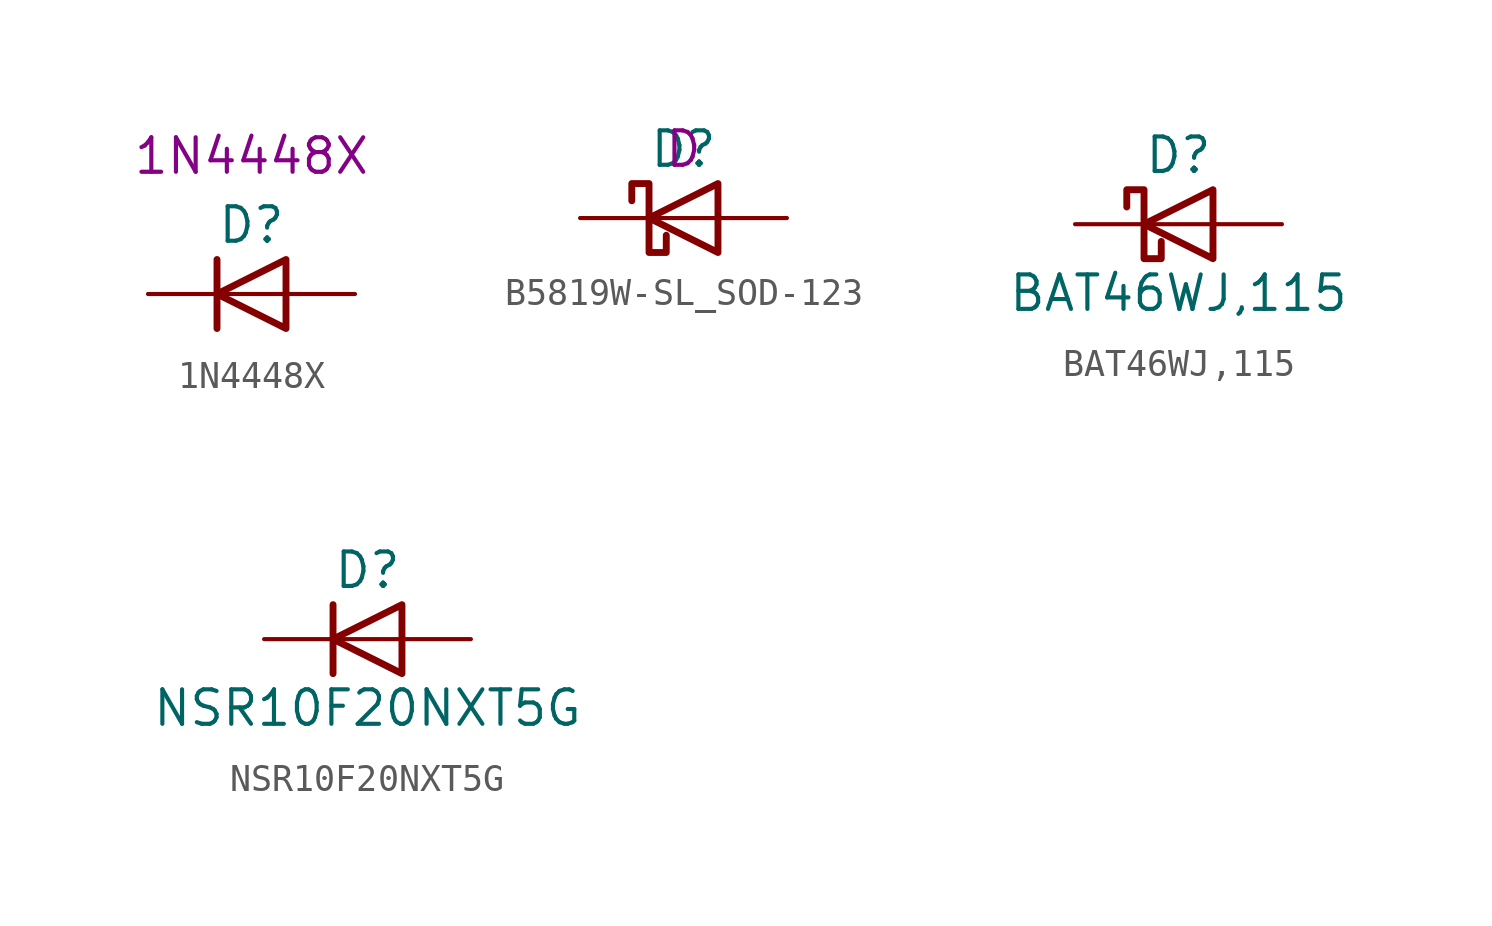
<source format=kicad_sym>
(kicad_symbol_lib
  (version 20231120)
  (generator "kicad_symbol_editor")
  (generator_version "8.0")
  (symbol "1N4448X"
    (pin_numbers hide)
    (pin_names
      (offset 1.016) hide)
    (property "Reference" "D"
      (at 0 2.54 0)
      (effects (font (size 1.27 1.27))))
    (property "UserValue" "1N4448X"
      (at 0 5.08 0)
      (effects (font (size 1.27 1.27))))
    (symbol "1N4448X_0_1"
      (polyline (pts (xy -1.27 1.27) (xy -1.27 -1.27)) (stroke (width 0.254) (type default)) (fill (type none)))
      (polyline (pts (xy 1.27 0) (xy -1.27 0)) (stroke (width 0) (type default)) (fill (type none)))
      (polyline (pts (xy 1.27 1.27) (xy 1.27 -1.27) (xy -1.27 0) (xy 1.27 1.27)) (stroke (width 0.254) (type default)) (fill (type none))))
    (symbol "1N4448X_1_1"
      (pin passive line (at -3.81 0 0) (length 2.54) (name "K" (effects (font (size 1.27 1.27)))) (number "1" (effects (font (size 1.27 1.27)))))
      (pin passive line (at 3.81 0 180) (length 2.54) (name "A" (effects (font (size 1.27 1.27)))) (number "2" (effects (font (size 1.27 1.27)))))))
  (symbol "B5819W-SL_SOD-123"
    (pin_numbers hide)
    (pin_names
      (offset 1.016) hide)
    (property "Reference" "D"
      (at 0 2.54 0)
      (effects (font (size 1.27 1.27))))
    (property "UserValue" "D"
      (at 0 2.54 0)
      (effects (font (size 1.27 1.27))))
    (symbol "B5819W-SL_SOD-123_0_1"
      (polyline (pts (xy 1.27 0) (xy -1.27 0)) (stroke (width 0) (type default)) (fill (type none)))
      (polyline (pts (xy 1.27 1.27) (xy 1.27 -1.27) (xy -1.27 0) (xy 1.27 1.27)) (stroke (width 0.254) (type default)) (fill (type none)))
      (polyline (pts (xy -1.905 0.635) (xy -1.905 1.27) (xy -1.27 1.27) (xy -1.27 -1.27) (xy -0.635 -1.27) (xy -0.635 -0.635)) (stroke (width 0.254) (type default)) (fill (type none))))
    (symbol "B5819W-SL_SOD-123_1_1"
      (pin passive line (at -3.81 0 0) (length 2.54) (name "K" (effects (font (size 1.27 1.27)))) (number "1" (effects (font (size 1.27 1.27)))))
      (pin passive line (at 3.81 0 180) (length 2.54) (name "A" (effects (font (size 1.27 1.27)))) (number "2" (effects (font (size 1.27 1.27)))))))
  (symbol "BAT46WJ,115"
    (pin_numbers hide)
    (pin_names
      (offset 1.016) hide)
    (property "Reference" "D"
      (at 0 2.54 0)
      (effects (font (size 1.27 1.27))))
    (property "Value" "BAT46WJ,115"
      (at 0 -2.54 0)
      (effects (font (size 1.27 1.27))))
    (symbol "BAT46WJ,115_0_1"
      (polyline (pts (xy 1.27 0) (xy -1.27 0)) (stroke (width 0) (type default)) (fill (type none)))
      (polyline (pts (xy 1.27 1.27) (xy 1.27 -1.27) (xy -1.27 0) (xy 1.27 1.27)) (stroke (width 0.254) (type default)) (fill (type none)))
      (polyline (pts (xy -1.905 0.635) (xy -1.905 1.27) (xy -1.27 1.27) (xy -1.27 -1.27) (xy -0.635 -1.27) (xy -0.635 -0.635)) (stroke (width 0.254) (type default)) (fill (type none))))
    (symbol "BAT46WJ,115_1_1"
      (pin passive line (at -3.81 0 0) (length 2.54) (name "K" (effects (font (size 1.27 1.27)))) (number "1" (effects (font (size 1.27 1.27)))))
      (pin passive line (at 3.81 0 180) (length 2.54) (name "A" (effects (font (size 1.27 1.27)))) (number "2" (effects (font (size 1.27 1.27)))))))
  (symbol "NSR10F20NXT5G"
    (pin_numbers hide)
    (pin_names
      (offset 1.016) hide)
    (property "Reference" "D"
      (at 0 2.54 0)
      (effects (font (size 1.27 1.27))))
    (property "Value" "NSR10F20NXT5G"
      (at 0 -2.54 0)
      (effects (font (size 1.27 1.27))))
    (symbol "NSR10F20NXT5G_0_1"
      (polyline (pts (xy -1.27 1.27) (xy -1.27 -1.27)) (stroke (width 0.254) (type default)) (fill (type none)))
      (polyline (pts (xy 1.27 0) (xy -1.27 0)) (stroke (width 0) (type default)) (fill (type none)))
      (polyline (pts (xy 1.27 1.27) (xy 1.27 -1.27) (xy -1.27 0) (xy 1.27 1.27)) (stroke (width 0.254) (type default)) (fill (type none))))
    (symbol "NSR10F20NXT5G_1_1"
      (pin passive line (at 3.81 0 180) (length 2.54) (name "A" (effects (font (size 1.27 1.27)))) (number "A" (effects (font (size 1.27 1.27)))))
      (pin passive line (at -3.81 0 0) (length 2.54) (name "K" (effects (font (size 1.27 1.27)))) (number "C" (effects (font (size 1.27 1.27))))))))
</source>
